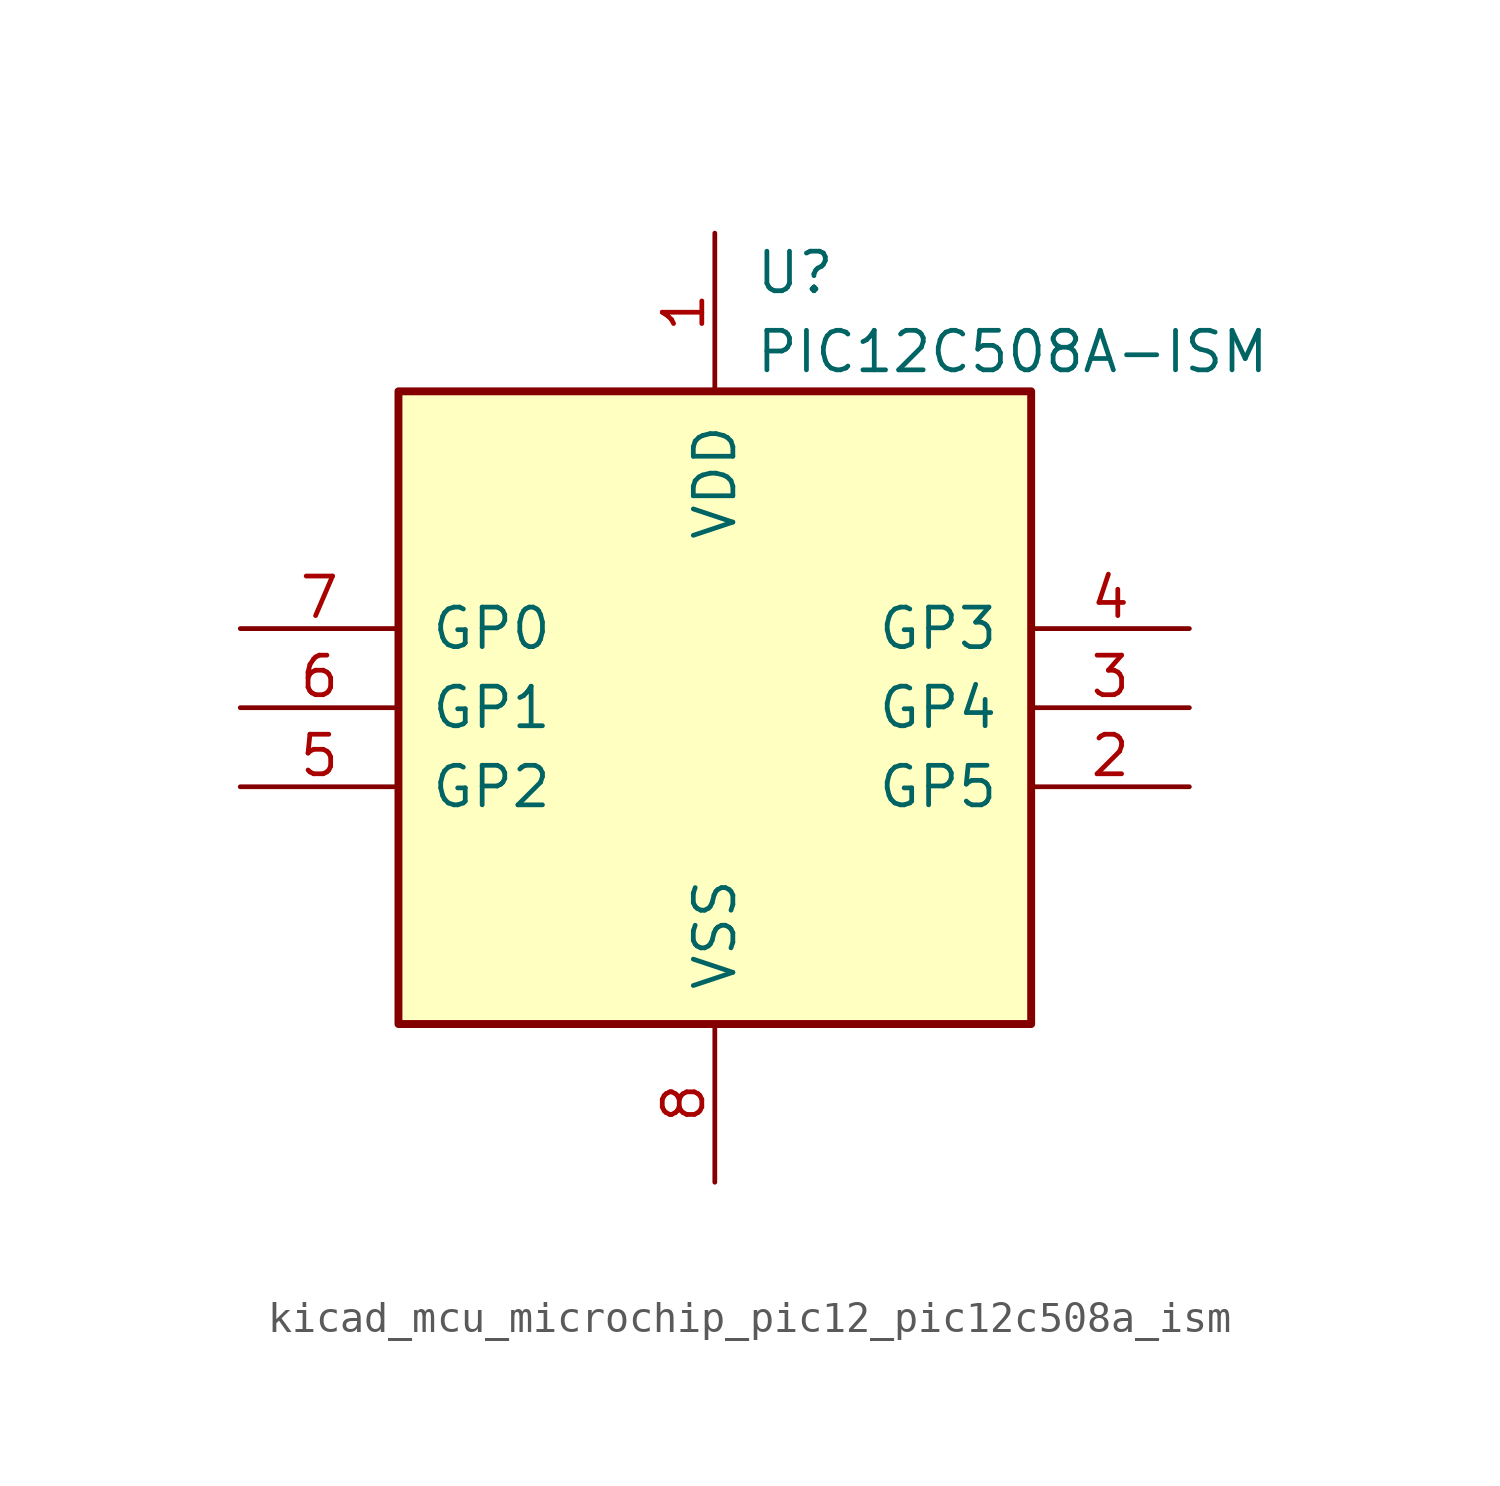
<source format=kicad_sym>
(kicad_symbol_lib
  (version 20220914)
  (generator kicad_symbol_editor)
  (symbol "kicad_mcu_microchip_pic12_pic12c508a_ism"
    (pin_names
      (offset 1.016))
    (property "Reference" "U"
      (at 1.27 13.97 0)
      (effects (font (size 1.27 1.27)) (justify left)))
    (property "Value" "PIC12C508A-ISM"
      (at 1.27 11.43 0)
      (effects (font (size 1.27 1.27)) (justify left)))
    (symbol "kicad_mcu_microchip_pic12_pic12c508a_ism_0_1"
      (rectangle (start 10.16 -10.16) (end -10.16 10.16) (stroke (width 0.254) (type default)) (fill (type background))))
    (symbol "kicad_mcu_microchip_pic12_pic12c508a_ism_1_1"
      (pin power_in line (at 0 15.24 270) (length 5.08) (name "VDD" (effects (font (size 1.27 1.27)))) (number "1" (effects (font (size 1.27 1.27)))))
      (pin bidirectional line (at 15.24 -2.54 180) (length 5.08) (name "GP5" (effects (font (size 1.27 1.27)))) (number "2" (effects (font (size 1.27 1.27)))))
      (pin bidirectional line (at 15.24 0 180) (length 5.08) (name "GP4" (effects (font (size 1.27 1.27)))) (number "3" (effects (font (size 1.27 1.27)))))
      (pin input line (at 15.24 2.54 180) (length 5.08) (name "GP3" (effects (font (size 1.27 1.27)))) (number "4" (effects (font (size 1.27 1.27)))))
      (pin bidirectional line (at -15.24 -2.54 0) (length 5.08) (name "GP2" (effects (font (size 1.27 1.27)))) (number "5" (effects (font (size 1.27 1.27)))))
      (pin bidirectional line (at -15.24 0 0) (length 5.08) (name "GP1" (effects (font (size 1.27 1.27)))) (number "6" (effects (font (size 1.27 1.27)))))
      (pin bidirectional line (at -15.24 2.54 0) (length 5.08) (name "GP0" (effects (font (size 1.27 1.27)))) (number "7" (effects (font (size 1.27 1.27)))))
      (pin power_in line (at 0 -15.24 90) (length 5.08) (name "VSS" (effects (font (size 1.27 1.27)))) (number "8" (effects (font (size 1.27 1.27))))))))
</source>
